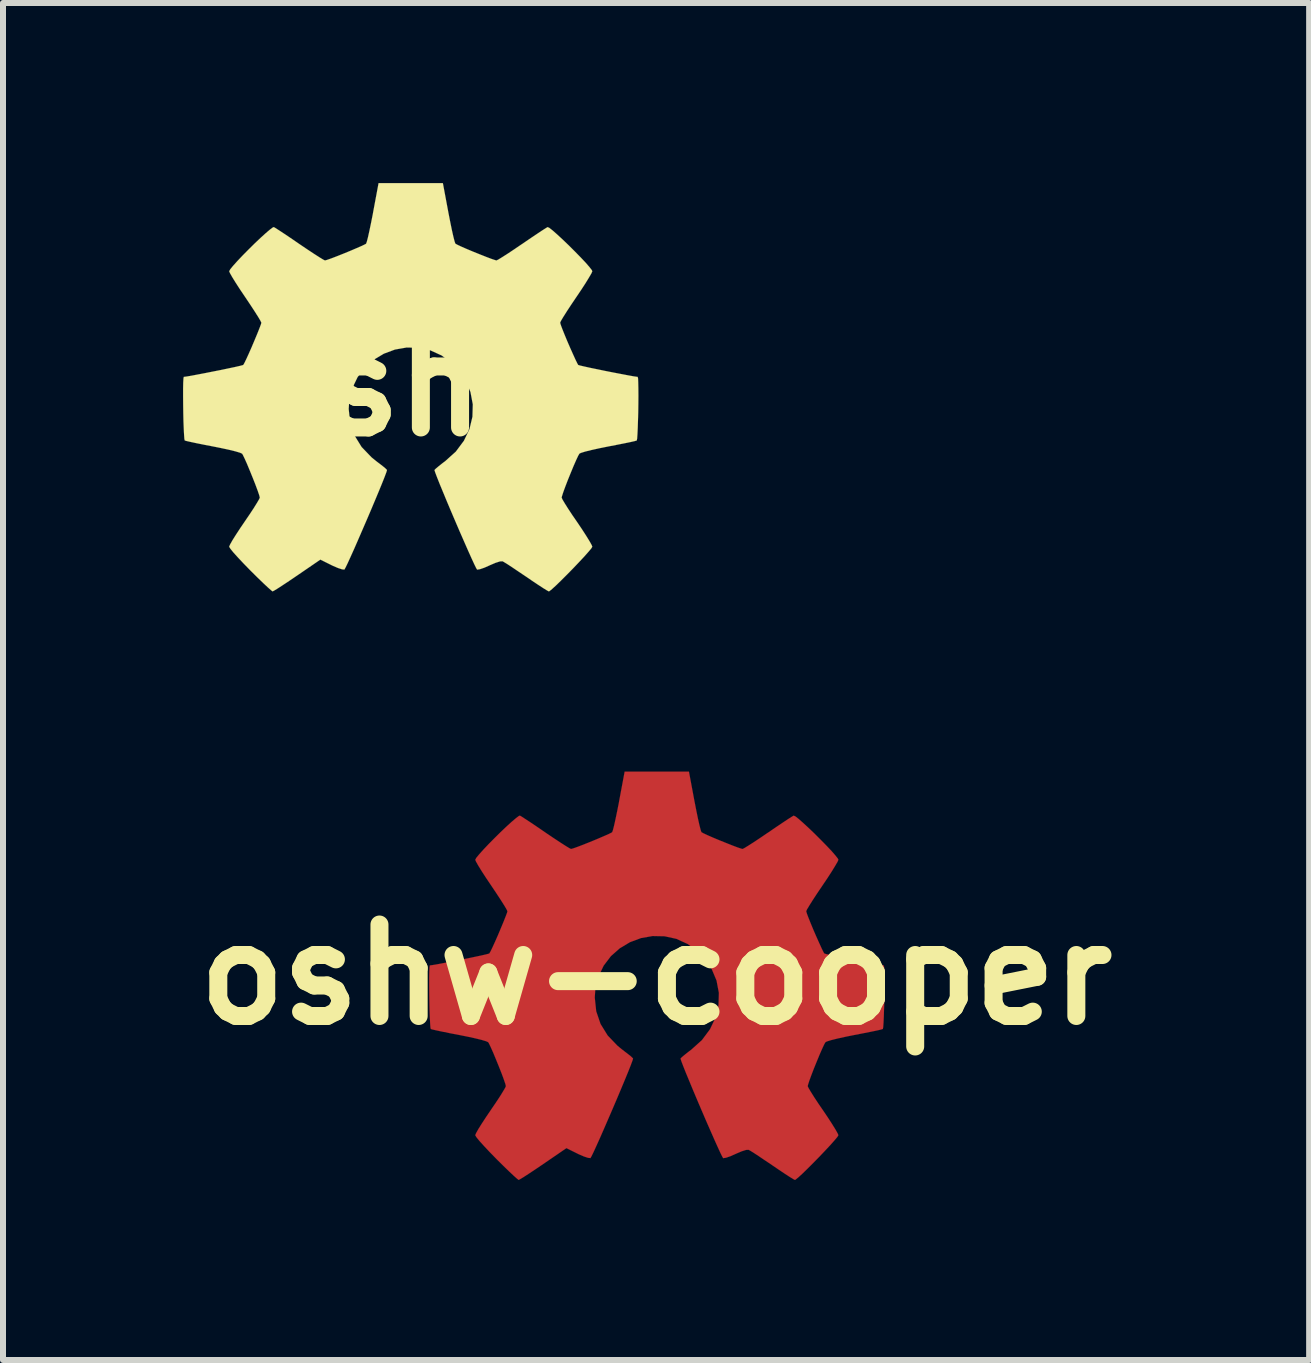
<source format=kicad_pcb>
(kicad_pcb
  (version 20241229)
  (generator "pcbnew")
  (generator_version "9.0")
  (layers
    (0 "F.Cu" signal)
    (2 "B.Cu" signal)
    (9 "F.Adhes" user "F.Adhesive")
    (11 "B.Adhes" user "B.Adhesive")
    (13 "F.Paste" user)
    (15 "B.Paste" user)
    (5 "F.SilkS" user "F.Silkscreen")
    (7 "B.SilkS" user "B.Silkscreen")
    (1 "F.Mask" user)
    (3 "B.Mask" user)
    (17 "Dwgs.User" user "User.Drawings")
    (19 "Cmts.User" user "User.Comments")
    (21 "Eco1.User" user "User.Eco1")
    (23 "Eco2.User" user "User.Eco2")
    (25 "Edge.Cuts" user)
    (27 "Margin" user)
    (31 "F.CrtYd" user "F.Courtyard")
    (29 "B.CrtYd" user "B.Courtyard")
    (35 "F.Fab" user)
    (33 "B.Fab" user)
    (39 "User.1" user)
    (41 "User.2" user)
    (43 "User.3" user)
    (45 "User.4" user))
  (footprint "oshw"
    (layer "F.Cu")
    (at 3.781 3.383)
    (property "Reference" "oshw" (at 0 0 0) (layer "F.SilkS") (effects (font (size 1.524 1.524) (thickness 0.3))))
    (attr through_hole)
    (fp_poly (pts (xy 0.64 -2.89) (xy 0.67 -2.737) (xy 0.698 -2.6) (xy 0.723 -2.489) (xy 0.743 -2.411) (xy 0.756 -2.374) (xy 0.757 -2.373) (xy 0.789 -2.355) (xy 0.857 -2.323) (xy 0.951 -2.282) (xy 1.061 -2.236) (xy 1.173 -2.191) (xy 1.279 -2.149) (xy 1.367 -2.116) (xy 1.425 -2.097) (xy 1.441 -2.093) (xy 1.47 -2.107) (xy 1.534 -2.146) (xy 1.625 -2.204) (xy 1.738 -2.279) (xy 1.863 -2.364) (xy 1.864 -2.364) (xy 1.991 -2.451) (xy 2.104 -2.527) (xy 2.197 -2.589) (xy 2.263 -2.631) (xy 2.293 -2.649) (xy 2.322 -2.636) (xy 2.378 -2.592) (xy 2.455 -2.524) (xy 2.547 -2.439) (xy 2.647 -2.343) (xy 2.748 -2.242) (xy 2.844 -2.144) (xy 2.927 -2.056) (xy 2.991 -1.982) (xy 3.03 -1.932) (xy 3.038 -1.913) (xy 3.024 -1.88) (xy 2.985 -1.813) (xy 2.927 -1.718) (xy 2.853 -1.604) (xy 2.77 -1.481) (xy 2.685 -1.355) (xy 2.611 -1.242) (xy 2.553 -1.15) (xy 2.515 -1.086) (xy 2.502 -1.056) (xy 2.512 -1.021) (xy 2.538 -0.951) (xy 2.576 -0.856) (xy 2.622 -0.745) (xy 2.671 -0.632) (xy 2.719 -0.525) (xy 2.76 -0.435) (xy 2.79 -0.374) (xy 2.803 -0.352) (xy 2.831 -0.343) (xy 2.9 -0.327) (xy 2.999 -0.305) (xy 3.121 -0.28) (xy 3.256 -0.252) (xy 3.393 -0.225) (xy 3.524 -0.2) (xy 3.639 -0.178) (xy 3.729 -0.162) (xy 3.784 -0.154) (xy 3.794 -0.153) (xy 3.8 -0.129) (xy 3.803 -0.063) (xy 3.805 0.035) (xy 3.806 0.157) (xy 3.805 0.294) (xy 3.803 0.436) (xy 3.799 0.574) (xy 3.795 0.699) (xy 3.79 0.802) (xy 3.785 0.874) (xy 3.779 0.906) (xy 3.778 0.906) (xy 3.746 0.916) (xy 3.672 0.933) (xy 3.565 0.955) (xy 3.433 0.981) (xy 3.304 1.006) (xy 3.155 1.036) (xy 3.024 1.065) (xy 2.919 1.091) (xy 2.848 1.113) (xy 2.823 1.126) (xy 2.802 1.162) (xy 2.768 1.235) (xy 2.725 1.333) (xy 2.678 1.447) (xy 2.63 1.565) (xy 2.587 1.677) (xy 2.553 1.77) (xy 2.532 1.836) (xy 2.527 1.859) (xy 2.541 1.89) (xy 2.58 1.956) (xy 2.638 2.048) (xy 2.712 2.16) (xy 2.783 2.263) (xy 2.866 2.386) (xy 2.937 2.496) (xy 2.993 2.587) (xy 3.028 2.65) (xy 3.038 2.676) (xy 3.021 2.705) (xy 2.973 2.762) (xy 2.903 2.841) (xy 2.816 2.934) (xy 2.72 3.035) (xy 2.62 3.137) (xy 2.524 3.233) (xy 2.439 3.316) (xy 2.37 3.379) (xy 2.326 3.415) (xy 2.314 3.421) (xy 2.287 3.407) (xy 2.225 3.369) (xy 2.136 3.311) (xy 2.027 3.238) (xy 1.938 3.177) (xy 1.817 3.096) (xy 1.709 3.023) (xy 1.622 2.966) (xy 1.563 2.93) (xy 1.542 2.919) (xy 1.5 2.921) (xy 1.427 2.944) (xy 1.338 2.982) (xy 1.327 2.987) (xy 1.239 3.026) (xy 1.166 3.051) (xy 1.122 3.058) (xy 1.118 3.057) (xy 1.103 3.032) (xy 1.071 2.967) (xy 1.025 2.867) (xy 0.968 2.74) (xy 0.903 2.592) (xy 0.832 2.43) (xy 0.759 2.26) (xy 0.686 2.089) (xy 0.616 1.923) (xy 0.552 1.768) (xy 0.496 1.633) (xy 0.452 1.522) (xy 0.422 1.443) (xy 0.409 1.402) (xy 0.408 1.399) (xy 0.428 1.378) (xy 0.479 1.335) (xy 0.552 1.277) (xy 0.586 1.252) (xy 0.764 1.092) (xy 0.899 0.911) (xy 0.992 0.716) (xy 1.041 0.511) (xy 1.047 0.304) (xy 1.008 0.098) (xy 0.925 -0.099) (xy 0.797 -0.283) (xy 0.704 -0.379) (xy 0.528 -0.51) (xy 0.339 -0.596) (xy 0.142 -0.639) (xy -0.056 -0.643) (xy -0.25 -0.609) (xy -0.435 -0.54) (xy -0.604 -0.439) (xy -0.752 -0.308) (xy -0.873 -0.149) (xy -0.961 0.034) (xy -1.012 0.24) (xy -1.021 0.382) (xy -0.997 0.611) (xy -0.925 0.822) (xy -0.806 1.015) (xy -0.641 1.187) (xy -0.561 1.252) (xy -0.481 1.313) (xy -0.419 1.362) (xy -0.386 1.394) (xy -0.383 1.399) (xy -0.393 1.433) (xy -0.42 1.506) (xy -0.462 1.612) (xy -0.516 1.744) (xy -0.579 1.895) (xy -0.648 2.059) (xy -0.721 2.23) (xy -0.795 2.401) (xy -0.866 2.565) (xy -0.932 2.716) (xy -0.991 2.847) (xy -1.039 2.952) (xy -1.074 3.024) (xy -1.092 3.056) (xy -1.094 3.057) (xy -1.132 3.053) (xy -1.202 3.03) (xy -1.29 2.992) (xy -1.312 2.981) (xy -1.493 2.891) (xy -1.88 3.156) (xy -2.004 3.24) (xy -2.114 3.313) (xy -2.203 3.371) (xy -2.264 3.408) (xy -2.289 3.421) (xy -2.313 3.403) (xy -2.367 3.355) (xy -2.445 3.282) (xy -2.541 3.189) (xy -2.65 3.081) (xy -2.662 3.069) (xy -2.77 2.958) (xy -2.865 2.857) (xy -2.941 2.773) (xy -2.992 2.71) (xy -3.012 2.677) (xy -3.012 2.675) (xy -2.998 2.641) (xy -2.96 2.573) (xy -2.901 2.479) (xy -2.827 2.366) (xy -2.757 2.263) (xy -2.674 2.141) (xy -2.602 2.032) (xy -2.547 1.943) (xy -2.512 1.883) (xy -2.502 1.859) (xy -2.511 1.82) (xy -2.537 1.744) (xy -2.574 1.644) (xy -2.619 1.53) (xy -2.667 1.412) (xy -2.713 1.301) (xy -2.754 1.209) (xy -2.784 1.147) (xy -2.797 1.126) (xy -2.832 1.11) (xy -2.909 1.087) (xy -3.019 1.06) (xy -3.154 1.031) (xy -3.279 1.006) (xy -3.425 0.978) (xy -3.554 0.952) (xy -3.657 0.93) (xy -3.727 0.914) (xy -3.753 0.906) (xy -3.759 0.879) (xy -3.764 0.81) (xy -3.769 0.709) (xy -3.774 0.586) (xy -3.777 0.448) (xy -3.779 0.306) (xy -3.78 0.169) (xy -3.78 0.045) (xy -3.778 -0.056) (xy -3.774 -0.125) (xy -3.769 -0.153) (xy -3.769 -0.153) (xy -3.729 -0.158) (xy -3.651 -0.171) (xy -3.545 -0.191) (xy -3.419 -0.215) (xy -3.283 -0.242) (xy -3.146 -0.269) (xy -3.018 -0.296) (xy -2.909 -0.319) (xy -2.827 -0.338) (xy -2.783 -0.35) (xy -2.778 -0.352) (xy -2.759 -0.384) (xy -2.726 -0.452) (xy -2.683 -0.546) (xy -2.635 -0.655) (xy -2.587 -0.769) (xy -2.542 -0.877) (xy -2.506 -0.968) (xy -2.482 -1.032) (xy -2.476 -1.056) (xy -2.49 -1.086) (xy -2.528 -1.151) (xy -2.587 -1.244) (xy -2.661 -1.357) (xy -2.744 -1.481) (xy -2.829 -1.607) (xy -2.903 -1.721) (xy -2.961 -1.815) (xy -2.999 -1.882) (xy -3.012 -1.913) (xy -2.995 -1.945) (xy -2.947 -2.004) (xy -2.876 -2.083) (xy -2.788 -2.176) (xy -2.69 -2.275) (xy -2.589 -2.375) (xy -2.491 -2.468) (xy -2.403 -2.548) (xy -2.331 -2.609) (xy -2.284 -2.644) (xy -2.268 -2.649) (xy -2.237 -2.631) (xy -2.171 -2.588) (xy -2.078 -2.527) (xy -1.964 -2.45) (xy -1.839 -2.364) (xy -1.713 -2.279) (xy -1.601 -2.205) (xy -1.509 -2.146) (xy -1.445 -2.107) (xy -1.416 -2.093) (xy -1.416 -2.093) (xy -1.38 -2.103) (xy -1.309 -2.128) (xy -1.212 -2.165) (xy -1.102 -2.209) (xy -0.99 -2.255) (xy -0.885 -2.3) (xy -0.8 -2.337) (xy -0.745 -2.364) (xy -0.731 -2.373) (xy -0.719 -2.405) (xy -0.7 -2.478) (xy -0.676 -2.586) (xy -0.648 -2.72) (xy -0.618 -2.871) (xy -0.615 -2.89) (xy -0.523 -3.382) (xy 0.548 -3.382) (xy 0.64 -2.89)) (stroke (width 0.002) (type solid)) (fill yes) (layer "F.SilkS")))
  (footprint "oshw-cooper"
    (layer "F.Cu")
    (at 7.881 13.189)
    (property "Reference" "oshw-cooper" (at 0 0 0) (layer "F.SilkS") (effects (font (size 1.524 1.524) (thickness 0.3))))
    (attr through_hole)
    (fp_poly (pts (xy 0.64 -2.89) (xy 0.67 -2.737) (xy 0.698 -2.6) (xy 0.723 -2.489) (xy 0.743 -2.411) (xy 0.756 -2.374) (xy 0.757 -2.373) (xy 0.789 -2.355) (xy 0.857 -2.323) (xy 0.951 -2.282) (xy 1.061 -2.236) (xy 1.173 -2.191) (xy 1.279 -2.149) (xy 1.367 -2.116) (xy 1.425 -2.097) (xy 1.441 -2.093) (xy 1.47 -2.107) (xy 1.534 -2.146) (xy 1.625 -2.204) (xy 1.738 -2.279) (xy 1.863 -2.364) (xy 1.864 -2.364) (xy 1.991 -2.451) (xy 2.104 -2.527) (xy 2.197 -2.589) (xy 2.263 -2.631) (xy 2.293 -2.649) (xy 2.322 -2.636) (xy 2.378 -2.592) (xy 2.455 -2.524) (xy 2.547 -2.439) (xy 2.647 -2.343) (xy 2.748 -2.242) (xy 2.844 -2.144) (xy 2.927 -2.056) (xy 2.991 -1.982) (xy 3.03 -1.932) (xy 3.038 -1.913) (xy 3.024 -1.88) (xy 2.985 -1.813) (xy 2.927 -1.718) (xy 2.853 -1.604) (xy 2.77 -1.481) (xy 2.685 -1.355) (xy 2.611 -1.242) (xy 2.553 -1.15) (xy 2.515 -1.086) (xy 2.502 -1.056) (xy 2.512 -1.021) (xy 2.538 -0.951) (xy 2.576 -0.856) (xy 2.622 -0.745) (xy 2.671 -0.632) (xy 2.719 -0.525) (xy 2.76 -0.435) (xy 2.79 -0.374) (xy 2.803 -0.352) (xy 2.831 -0.343) (xy 2.9 -0.327) (xy 2.999 -0.305) (xy 3.121 -0.28) (xy 3.256 -0.252) (xy 3.393 -0.225) (xy 3.524 -0.2) (xy 3.639 -0.178) (xy 3.729 -0.162) (xy 3.784 -0.154) (xy 3.794 -0.153) (xy 3.8 -0.129) (xy 3.803 -0.063) (xy 3.805 0.035) (xy 3.806 0.157) (xy 3.805 0.294) (xy 3.803 0.436) (xy 3.799 0.574) (xy 3.795 0.699) (xy 3.79 0.802) (xy 3.785 0.874) (xy 3.779 0.906) (xy 3.778 0.906) (xy 3.746 0.916) (xy 3.672 0.933) (xy 3.565 0.955) (xy 3.433 0.981) (xy 3.304 1.006) (xy 3.155 1.036) (xy 3.024 1.065) (xy 2.919 1.091) (xy 2.848 1.113) (xy 2.823 1.126) (xy 2.802 1.162) (xy 2.768 1.235) (xy 2.725 1.333) (xy 2.678 1.447) (xy 2.63 1.565) (xy 2.587 1.677) (xy 2.553 1.77) (xy 2.532 1.836) (xy 2.527 1.859) (xy 2.541 1.89) (xy 2.58 1.956) (xy 2.638 2.048) (xy 2.712 2.16) (xy 2.783 2.263) (xy 2.866 2.386) (xy 2.937 2.496) (xy 2.993 2.587) (xy 3.028 2.65) (xy 3.038 2.676) (xy 3.021 2.705) (xy 2.973 2.762) (xy 2.903 2.841) (xy 2.816 2.934) (xy 2.72 3.035) (xy 2.62 3.137) (xy 2.524 3.233) (xy 2.439 3.316) (xy 2.37 3.379) (xy 2.326 3.415) (xy 2.314 3.421) (xy 2.287 3.407) (xy 2.225 3.369) (xy 2.136 3.311) (xy 2.027 3.238) (xy 1.938 3.177) (xy 1.817 3.096) (xy 1.709 3.023) (xy 1.622 2.966) (xy 1.563 2.93) (xy 1.542 2.919) (xy 1.5 2.921) (xy 1.427 2.944) (xy 1.338 2.982) (xy 1.327 2.987) (xy 1.239 3.026) (xy 1.166 3.051) (xy 1.122 3.058) (xy 1.118 3.057) (xy 1.103 3.032) (xy 1.071 2.967) (xy 1.025 2.867) (xy 0.968 2.74) (xy 0.903 2.592) (xy 0.832 2.43) (xy 0.759 2.26) (xy 0.686 2.089) (xy 0.616 1.923) (xy 0.552 1.768) (xy 0.496 1.633) (xy 0.452 1.522) (xy 0.422 1.443) (xy 0.409 1.402) (xy 0.408 1.399) (xy 0.428 1.378) (xy 0.479 1.335) (xy 0.552 1.277) (xy 0.586 1.252) (xy 0.764 1.092) (xy 0.899 0.911) (xy 0.992 0.716) (xy 1.041 0.511) (xy 1.047 0.304) (xy 1.008 0.098) (xy 0.925 -0.099) (xy 0.797 -0.283) (xy 0.704 -0.379) (xy 0.528 -0.51) (xy 0.339 -0.596) (xy 0.142 -0.639) (xy -0.056 -0.643) (xy -0.25 -0.609) (xy -0.435 -0.54) (xy -0.604 -0.439) (xy -0.752 -0.308) (xy -0.873 -0.149) (xy -0.961 0.034) (xy -1.012 0.24) (xy -1.021 0.382) (xy -0.997 0.611) (xy -0.925 0.822) (xy -0.806 1.015) (xy -0.641 1.187) (xy -0.561 1.252) (xy -0.481 1.313) (xy -0.419 1.362) (xy -0.386 1.394) (xy -0.383 1.399) (xy -0.393 1.433) (xy -0.42 1.506) (xy -0.462 1.612) (xy -0.516 1.744) (xy -0.579 1.895) (xy -0.648 2.059) (xy -0.721 2.23) (xy -0.795 2.401) (xy -0.866 2.565) (xy -0.932 2.716) (xy -0.991 2.847) (xy -1.039 2.952) (xy -1.074 3.024) (xy -1.092 3.056) (xy -1.094 3.057) (xy -1.132 3.053) (xy -1.202 3.03) (xy -1.29 2.992) (xy -1.312 2.981) (xy -1.493 2.891) (xy -1.88 3.156) (xy -2.004 3.24) (xy -2.114 3.313) (xy -2.203 3.371) (xy -2.264 3.408) (xy -2.289 3.421) (xy -2.313 3.403) (xy -2.367 3.355) (xy -2.445 3.282) (xy -2.541 3.189) (xy -2.65 3.081) (xy -2.662 3.069) (xy -2.77 2.958) (xy -2.865 2.857) (xy -2.941 2.773) (xy -2.992 2.71) (xy -3.012 2.677) (xy -3.012 2.675) (xy -2.998 2.641) (xy -2.96 2.573) (xy -2.901 2.479) (xy -2.827 2.366) (xy -2.757 2.263) (xy -2.674 2.141) (xy -2.602 2.032) (xy -2.547 1.943) (xy -2.512 1.883) (xy -2.502 1.859) (xy -2.511 1.82) (xy -2.537 1.744) (xy -2.574 1.644) (xy -2.619 1.53) (xy -2.667 1.412) (xy -2.713 1.301) (xy -2.754 1.209) (xy -2.784 1.147) (xy -2.797 1.126) (xy -2.832 1.11) (xy -2.909 1.087) (xy -3.019 1.06) (xy -3.154 1.031) (xy -3.279 1.006) (xy -3.425 0.978) (xy -3.554 0.952) (xy -3.657 0.93) (xy -3.727 0.914) (xy -3.753 0.906) (xy -3.759 0.879) (xy -3.764 0.81) (xy -3.769 0.709) (xy -3.774 0.586) (xy -3.777 0.448) (xy -3.779 0.306) (xy -3.78 0.169) (xy -3.78 0.045) (xy -3.778 -0.056) (xy -3.774 -0.125) (xy -3.769 -0.153) (xy -3.769 -0.153) (xy -3.729 -0.158) (xy -3.651 -0.171) (xy -3.545 -0.191) (xy -3.419 -0.215) (xy -3.283 -0.242) (xy -3.146 -0.269) (xy -3.018 -0.296) (xy -2.909 -0.319) (xy -2.827 -0.338) (xy -2.783 -0.35) (xy -2.778 -0.352) (xy -2.759 -0.384) (xy -2.726 -0.452) (xy -2.683 -0.546) (xy -2.635 -0.655) (xy -2.587 -0.769) (xy -2.542 -0.877) (xy -2.506 -0.968) (xy -2.482 -1.032) (xy -2.476 -1.056) (xy -2.49 -1.086) (xy -2.528 -1.151) (xy -2.587 -1.244) (xy -2.661 -1.357) (xy -2.744 -1.481) (xy -2.829 -1.607) (xy -2.903 -1.721) (xy -2.961 -1.815) (xy -2.999 -1.882) (xy -3.012 -1.913) (xy -2.995 -1.945) (xy -2.947 -2.004) (xy -2.876 -2.083) (xy -2.788 -2.176) (xy -2.69 -2.275) (xy -2.589 -2.375) (xy -2.491 -2.468) (xy -2.403 -2.548) (xy -2.331 -2.609) (xy -2.284 -2.644) (xy -2.268 -2.649) (xy -2.237 -2.631) (xy -2.171 -2.588) (xy -2.078 -2.527) (xy -1.964 -2.45) (xy -1.839 -2.364) (xy -1.713 -2.279) (xy -1.601 -2.205) (xy -1.509 -2.146) (xy -1.445 -2.107) (xy -1.416 -2.093) (xy -1.416 -2.093) (xy -1.38 -2.103) (xy -1.309 -2.128) (xy -1.212 -2.165) (xy -1.102 -2.209) (xy -0.99 -2.255) (xy -0.885 -2.3) (xy -0.8 -2.337) (xy -0.745 -2.364) (xy -0.731 -2.373) (xy -0.719 -2.405) (xy -0.7 -2.478) (xy -0.676 -2.586) (xy -0.648 -2.72) (xy -0.618 -2.871) (xy -0.615 -2.89) (xy -0.523 -3.382) (xy 0.548 -3.382) (xy 0.64 -2.89)) (stroke (width 0.002) (type solid)) (fill yes) (layer "F.Cu")))
  (gr_rect
    (start -3 -3)
    (end 18.763 19.61)
    (stroke (width 0.1) (type default))
    (fill no)
    (layer "Edge.Cuts")))
</source>
